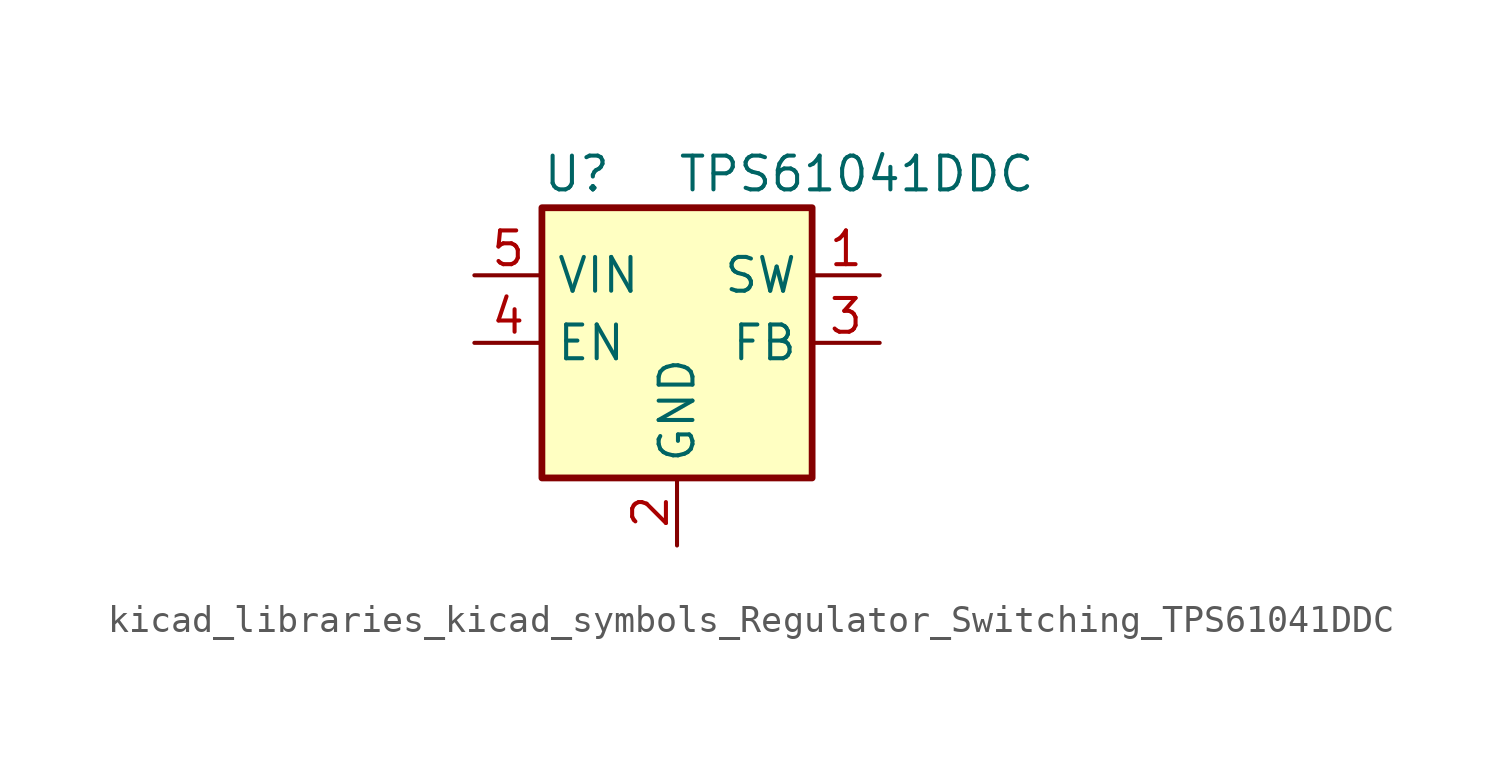
<source format=kicad_sym>
(kicad_symbol_lib
  (version 20220914)
  (generator kicad_symbol_editor)
  (symbol "kicad_libraries_kicad_symbols_Regulator_Switching_TPS61041DDC"
    (property "Reference" "U"
      (at -5.08 6.35 0)
      (effects (font (size 1.27 1.27)) (justify left)))
    (property "Value" "TPS61041DDC"
      (at 0 6.35 0)
      (effects (font (size 1.27 1.27)) (justify left)))
    (symbol "kicad_libraries_kicad_symbols_Regulator_Switching_TPS61041DDC_0_1"
      (rectangle (start -5.08 5.08) (end 5.08 -5.08) (stroke (width 0.254) (type default)) (fill (type background))))
    (symbol "kicad_libraries_kicad_symbols_Regulator_Switching_TPS61041DDC_1_1"
      (pin power_out line (at 7.62 2.54 180) (length 2.54) (name "SW" (effects (font (size 1.27 1.27)))) (number "1" (effects (font (size 1.27 1.27)))))
      (pin power_in line (at 0 -7.62 90) (length 2.54) (name "GND" (effects (font (size 1.27 1.27)))) (number "2" (effects (font (size 1.27 1.27)))))
      (pin input line (at 7.62 0 180) (length 2.54) (name "FB" (effects (font (size 1.27 1.27)))) (number "3" (effects (font (size 1.27 1.27)))))
      (pin input line (at -7.62 0 0) (length 2.54) (name "EN" (effects (font (size 1.27 1.27)))) (number "4" (effects (font (size 1.27 1.27)))))
      (pin power_in line (at -7.62 2.54 0) (length 2.54) (name "VIN" (effects (font (size 1.27 1.27)))) (number "5" (effects (font (size 1.27 1.27))))))))
</source>
